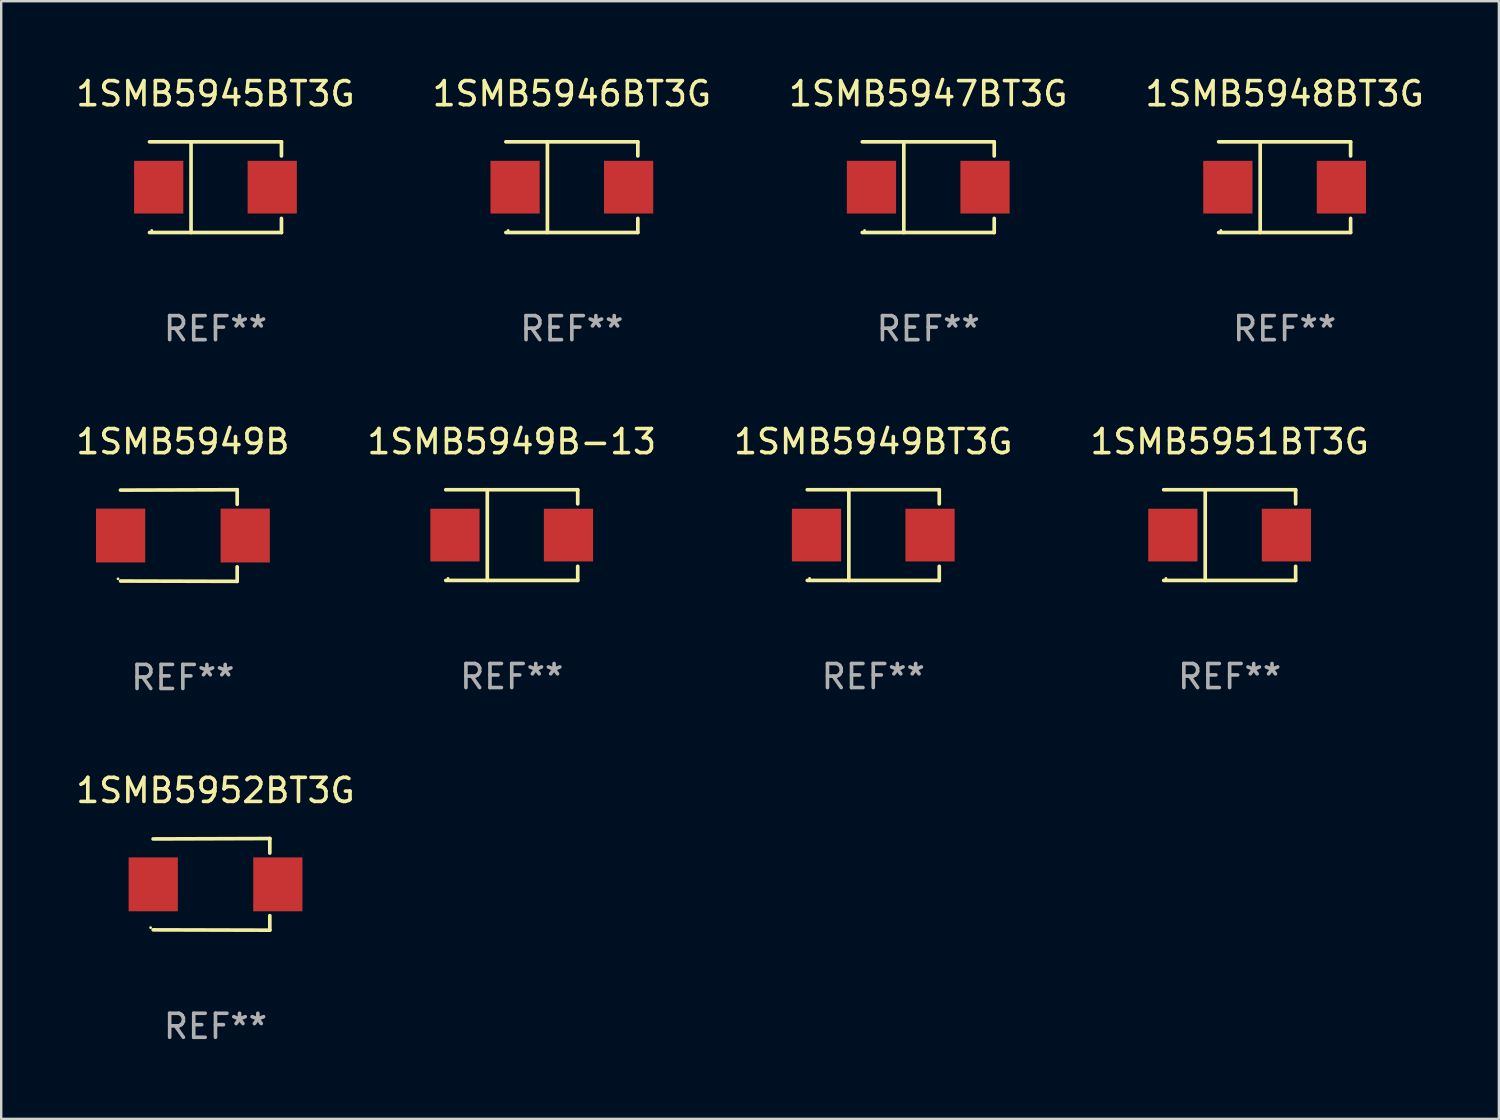
<source format=kicad_pcb>
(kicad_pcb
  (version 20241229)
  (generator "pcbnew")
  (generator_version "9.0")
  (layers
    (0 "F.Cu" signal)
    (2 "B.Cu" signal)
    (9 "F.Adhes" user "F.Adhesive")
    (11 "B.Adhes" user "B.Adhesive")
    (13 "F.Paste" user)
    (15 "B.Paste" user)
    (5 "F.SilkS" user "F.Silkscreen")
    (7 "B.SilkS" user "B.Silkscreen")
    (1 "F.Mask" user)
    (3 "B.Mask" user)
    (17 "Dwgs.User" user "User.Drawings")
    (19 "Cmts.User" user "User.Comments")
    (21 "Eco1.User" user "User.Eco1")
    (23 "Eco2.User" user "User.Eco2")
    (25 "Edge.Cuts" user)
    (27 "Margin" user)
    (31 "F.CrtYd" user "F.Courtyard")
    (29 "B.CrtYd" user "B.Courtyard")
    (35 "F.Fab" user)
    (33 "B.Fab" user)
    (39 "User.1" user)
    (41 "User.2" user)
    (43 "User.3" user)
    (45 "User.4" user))
  (footprint "1SMB5948BT3G"
    (layer "F.Cu")
    (at 50.375 4.734)
    (property "Reference" "1SMB5948BT3G" (at 0 -3.886 0) (layer "F.SilkS") (effects (font (size 1 1) (thickness 0.15))))
    (attr through_hole)
    (fp_line (start -2.744 -1.886) (end 2.744 -1.886) (stroke (width 0.152) (type solid)) (layer "F.SilkS"))
    (fp_line (start -2.744 1.886) (end 2.744 1.886) (stroke (width 0.152) (type solid)) (layer "F.SilkS"))
    (fp_line (start -1.016 -1.886) (end -1.016 1.886) (stroke (width 0.152) (type solid)) (layer "F.SilkS"))
    (fp_line (start 2.744 -1.886) (end 2.744 -1.299) (stroke (width 0.152) (type solid)) (layer "F.SilkS"))
    (fp_line (start 2.744 1.886) (end 2.744 1.299) (stroke (width 0.152) (type solid)) (layer "F.SilkS"))
    (fp_circle (center -2.65 1.8) (end -2.62 1.8) (stroke (width 0.06) (type solid)) (fill no) (layer "F.SilkS"))
    (fp_text user "REF**" (at 0 5.886 0) (layer "F.Fab") (effects (font (size 1 1) (thickness 0.15))))
    (pad "1" smd rect (at -2.361 0) (size 2.047 2.192) (layers "F.Cu" "F.Mask" "F.Paste"))
    (pad "2" smd rect (at 2.361 0) (size 2.047 2.192) (layers "F.Cu" "F.Mask" "F.Paste")))
  (footprint "1SMB5952BT3G"
    (layer "F.Cu")
    (at 5.911 33.729)
    (property "Reference" "1SMB5952BT3G" (at 0 -3.905 0) (layer "F.SilkS") (effects (font (size 1 1) (thickness 0.15))))
    (attr through_hole)
    (fp_line (start 2.256 -1.905) (end -2.594 -1.889) (stroke (width 0.152) (type solid)) (layer "F.SilkS"))
    (fp_line (start 2.256 -1.905) (end 2.26 -1.905) (stroke (width 0.152) (type solid)) (layer "F.SilkS"))
    (fp_line (start 2.26 -1.905) (end 2.26 -1.301) (stroke (width 0.152) (type solid)) (layer "F.SilkS"))
    (fp_line (start 2.26 1.301) (end 2.26 1.905) (stroke (width 0.152) (type solid)) (layer "F.SilkS"))
    (fp_line (start 2.26 1.905) (end -2.59 1.892) (stroke (width 0.152) (type solid)) (layer "F.SilkS"))
    (fp_circle (center -2.697 1.8) (end -2.667 1.8) (stroke (width 0.06) (type solid)) (fill no) (layer "F.SilkS"))
    (fp_text user "REF**" (at 0 5.905 0) (layer "F.Fab") (effects (font (size 1 1) (thickness 0.15))))
    (pad "1" smd rect (at -2.588 0) (size 2.047 2.241) (layers "F.Cu" "F.Mask" "F.Paste"))
    (pad "2" smd rect (at 2.594 0) (size 2.047 2.241) (layers "F.Cu" "F.Mask" "F.Paste")))
  (footprint "1SMB5947BT3G"
    (layer "F.Cu")
    (at 35.554 4.734)
    (property "Reference" "1SMB5947BT3G" (at 0 -3.886 0) (layer "F.SilkS") (effects (font (size 1 1) (thickness 0.15))))
    (attr through_hole)
    (fp_line (start -2.744 -1.886) (end 2.744 -1.886) (stroke (width 0.152) (type solid)) (layer "F.SilkS"))
    (fp_line (start -2.744 1.886) (end 2.744 1.886) (stroke (width 0.152) (type solid)) (layer "F.SilkS"))
    (fp_line (start -1.016 -1.886) (end -1.016 1.886) (stroke (width 0.152) (type solid)) (layer "F.SilkS"))
    (fp_line (start 2.744 -1.886) (end 2.744 -1.299) (stroke (width 0.152) (type solid)) (layer "F.SilkS"))
    (fp_line (start 2.744 1.886) (end 2.744 1.299) (stroke (width 0.152) (type solid)) (layer "F.SilkS"))
    (fp_circle (center -2.65 1.8) (end -2.62 1.8) (stroke (width 0.06) (type solid)) (fill no) (layer "F.SilkS"))
    (fp_text user "REF**" (at 0 5.886 0) (layer "F.Fab") (effects (font (size 1 1) (thickness 0.15))))
    (pad "1" smd rect (at -2.361 0) (size 2.047 2.192) (layers "F.Cu" "F.Mask" "F.Paste"))
    (pad "2" smd rect (at 2.361 0) (size 2.047 2.192) (layers "F.Cu" "F.Mask" "F.Paste")))
  (footprint "1SMB5945BT3G"
    (layer "F.Cu")
    (at 5.911 4.734)
    (property "Reference" "1SMB5945BT3G" (at 0 -3.886 0) (layer "F.SilkS") (effects (font (size 1 1) (thickness 0.15))))
    (attr through_hole)
    (fp_line (start -2.744 -1.886) (end 2.744 -1.886) (stroke (width 0.152) (type solid)) (layer "F.SilkS"))
    (fp_line (start -2.744 1.886) (end 2.744 1.886) (stroke (width 0.152) (type solid)) (layer "F.SilkS"))
    (fp_line (start -1.016 -1.886) (end -1.016 1.886) (stroke (width 0.152) (type solid)) (layer "F.SilkS"))
    (fp_line (start 2.744 -1.886) (end 2.744 -1.299) (stroke (width 0.152) (type solid)) (layer "F.SilkS"))
    (fp_line (start 2.744 1.886) (end 2.744 1.299) (stroke (width 0.152) (type solid)) (layer "F.SilkS"))
    (fp_circle (center -2.65 1.8) (end -2.62 1.8) (stroke (width 0.06) (type solid)) (fill no) (layer "F.SilkS"))
    (fp_text user "REF**" (at 0 5.886 0) (layer "F.Fab") (effects (font (size 1 1) (thickness 0.15))))
    (pad "1" smd rect (at -2.361 0) (size 2.047 2.192) (layers "F.Cu" "F.Mask" "F.Paste"))
    (pad "2" smd rect (at 2.361 0) (size 2.047 2.192) (layers "F.Cu" "F.Mask" "F.Paste")))
  (footprint "1SMB5951BT3G"
    (layer "F.Cu")
    (at 48.089 19.203)
    (property "Reference" "1SMB5951BT3G" (at 0 -3.886 0) (layer "F.SilkS") (effects (font (size 1 1) (thickness 0.15))))
    (attr through_hole)
    (fp_line (start -2.744 -1.886) (end 2.744 -1.886) (stroke (width 0.152) (type solid)) (layer "F.SilkS"))
    (fp_line (start -2.744 1.886) (end 2.744 1.886) (stroke (width 0.152) (type solid)) (layer "F.SilkS"))
    (fp_line (start -1.016 -1.886) (end -1.016 1.886) (stroke (width 0.152) (type solid)) (layer "F.SilkS"))
    (fp_line (start 2.744 -1.886) (end 2.744 -1.299) (stroke (width 0.152) (type solid)) (layer "F.SilkS"))
    (fp_line (start 2.744 1.886) (end 2.744 1.299) (stroke (width 0.152) (type solid)) (layer "F.SilkS"))
    (fp_circle (center -2.65 1.8) (end -2.62 1.8) (stroke (width 0.06) (type solid)) (fill no) (layer "F.SilkS"))
    (fp_text user "REF**" (at 0 5.886 0) (layer "F.Fab") (effects (font (size 1 1) (thickness 0.15))))
    (pad "1" smd rect (at -2.361 0) (size 2.047 2.192) (layers "F.Cu" "F.Mask" "F.Paste"))
    (pad "2" smd rect (at 2.361 0) (size 2.047 2.192) (layers "F.Cu" "F.Mask" "F.Paste")))
  (footprint "1SMB5946BT3G"
    (layer "F.Cu")
    (at 20.732 4.734)
    (property "Reference" "1SMB5946BT3G" (at 0 -3.886 0) (layer "F.SilkS") (effects (font (size 1 1) (thickness 0.15))))
    (attr through_hole)
    (fp_line (start -2.744 -1.886) (end 2.744 -1.886) (stroke (width 0.152) (type solid)) (layer "F.SilkS"))
    (fp_line (start -2.744 1.886) (end 2.744 1.886) (stroke (width 0.152) (type solid)) (layer "F.SilkS"))
    (fp_line (start -1.016 -1.886) (end -1.016 1.886) (stroke (width 0.152) (type solid)) (layer "F.SilkS"))
    (fp_line (start 2.744 -1.886) (end 2.744 -1.299) (stroke (width 0.152) (type solid)) (layer "F.SilkS"))
    (fp_line (start 2.744 1.886) (end 2.744 1.299) (stroke (width 0.152) (type solid)) (layer "F.SilkS"))
    (fp_circle (center -2.65 1.8) (end -2.62 1.8) (stroke (width 0.06) (type solid)) (fill no) (layer "F.SilkS"))
    (fp_text user "REF**" (at 0 5.886 0) (layer "F.Fab") (effects (font (size 1 1) (thickness 0.15))))
    (pad "1" smd rect (at -2.361 0) (size 2.047 2.192) (layers "F.Cu" "F.Mask" "F.Paste"))
    (pad "2" smd rect (at 2.361 0) (size 2.047 2.192) (layers "F.Cu" "F.Mask" "F.Paste")))
  (footprint "1SMB5949BT3G"
    (layer "F.Cu")
    (at 33.268 19.203)
    (property "Reference" "1SMB5949BT3G" (at 0 -3.886 0) (layer "F.SilkS") (effects (font (size 1 1) (thickness 0.15))))
    (attr through_hole)
    (fp_line (start -2.744 -1.886) (end 2.744 -1.886) (stroke (width 0.152) (type solid)) (layer "F.SilkS"))
    (fp_line (start -2.744 1.886) (end 2.744 1.886) (stroke (width 0.152) (type solid)) (layer "F.SilkS"))
    (fp_line (start -1.016 -1.886) (end -1.016 1.886) (stroke (width 0.152) (type solid)) (layer "F.SilkS"))
    (fp_line (start 2.744 -1.886) (end 2.744 -1.299) (stroke (width 0.152) (type solid)) (layer "F.SilkS"))
    (fp_line (start 2.744 1.886) (end 2.744 1.299) (stroke (width 0.152) (type solid)) (layer "F.SilkS"))
    (fp_circle (center -2.65 1.8) (end -2.62 1.8) (stroke (width 0.06) (type solid)) (fill no) (layer "F.SilkS"))
    (fp_text user "REF**" (at 0 5.886 0) (layer "F.Fab") (effects (font (size 1 1) (thickness 0.15))))
    (pad "1" smd rect (at -2.361 0) (size 2.047 2.192) (layers "F.Cu" "F.Mask" "F.Paste"))
    (pad "2" smd rect (at 2.361 0) (size 2.047 2.192) (layers "F.Cu" "F.Mask" "F.Paste")))
  (footprint "1SMB5949B"
    (layer "F.Cu")
    (at 4.554 19.222)
    (property "Reference" "1SMB5949B" (at 0 -3.905 0) (layer "F.SilkS") (effects (font (size 1 1) (thickness 0.15))))
    (attr through_hole)
    (fp_line (start 2.256 -1.905) (end -2.594 -1.889) (stroke (width 0.152) (type solid)) (layer "F.SilkS"))
    (fp_line (start 2.256 -1.905) (end 2.26 -1.905) (stroke (width 0.152) (type solid)) (layer "F.SilkS"))
    (fp_line (start 2.26 -1.905) (end 2.26 -1.301) (stroke (width 0.152) (type solid)) (layer "F.SilkS"))
    (fp_line (start 2.26 1.301) (end 2.26 1.905) (stroke (width 0.152) (type solid)) (layer "F.SilkS"))
    (fp_line (start 2.26 1.905) (end -2.59 1.892) (stroke (width 0.152) (type solid)) (layer "F.SilkS"))
    (fp_circle (center -2.697 1.8) (end -2.667 1.8) (stroke (width 0.06) (type solid)) (fill no) (layer "F.SilkS"))
    (fp_text user "REF**" (at 0 5.905 0) (layer "F.Fab") (effects (font (size 1 1) (thickness 0.15))))
    (pad "1" smd rect (at -2.588 0) (size 2.047 2.241) (layers "F.Cu" "F.Mask" "F.Paste"))
    (pad "2" smd rect (at 2.594 0) (size 2.047 2.241) (layers "F.Cu" "F.Mask" "F.Paste")))
  (footprint "1SMB5949B-13"
    (layer "F.Cu")
    (at 18.232 19.203)
    (property "Reference" "1SMB5949B-13" (at 0 -3.886 0) (layer "F.SilkS") (effects (font (size 1 1) (thickness 0.15))))
    (attr through_hole)
    (fp_line (start -2.744 -1.886) (end 2.744 -1.886) (stroke (width 0.152) (type solid)) (layer "F.SilkS"))
    (fp_line (start -2.744 1.886) (end 2.744 1.886) (stroke (width 0.152) (type solid)) (layer "F.SilkS"))
    (fp_line (start -1.016 -1.886) (end -1.016 1.886) (stroke (width 0.152) (type solid)) (layer "F.SilkS"))
    (fp_line (start 2.744 -1.886) (end 2.744 -1.299) (stroke (width 0.152) (type solid)) (layer "F.SilkS"))
    (fp_line (start 2.744 1.886) (end 2.744 1.299) (stroke (width 0.152) (type solid)) (layer "F.SilkS"))
    (fp_circle (center -2.65 1.8) (end -2.62 1.8) (stroke (width 0.06) (type solid)) (fill no) (layer "F.SilkS"))
    (fp_text user "REF**" (at 0 5.886 0) (layer "F.Fab") (effects (font (size 1 1) (thickness 0.15))))
    (pad "1" smd rect (at -2.361 0) (size 2.047 2.192) (layers "F.Cu" "F.Mask" "F.Paste"))
    (pad "2" smd rect (at 2.361 0) (size 2.047 2.192) (layers "F.Cu" "F.Mask" "F.Paste")))
  (gr_rect
    (start -3 -3)
    (end 59.286 43.482)
    (stroke (width 0.1) (type default))
    (fill no)
    (layer "Edge.Cuts")))
</source>
